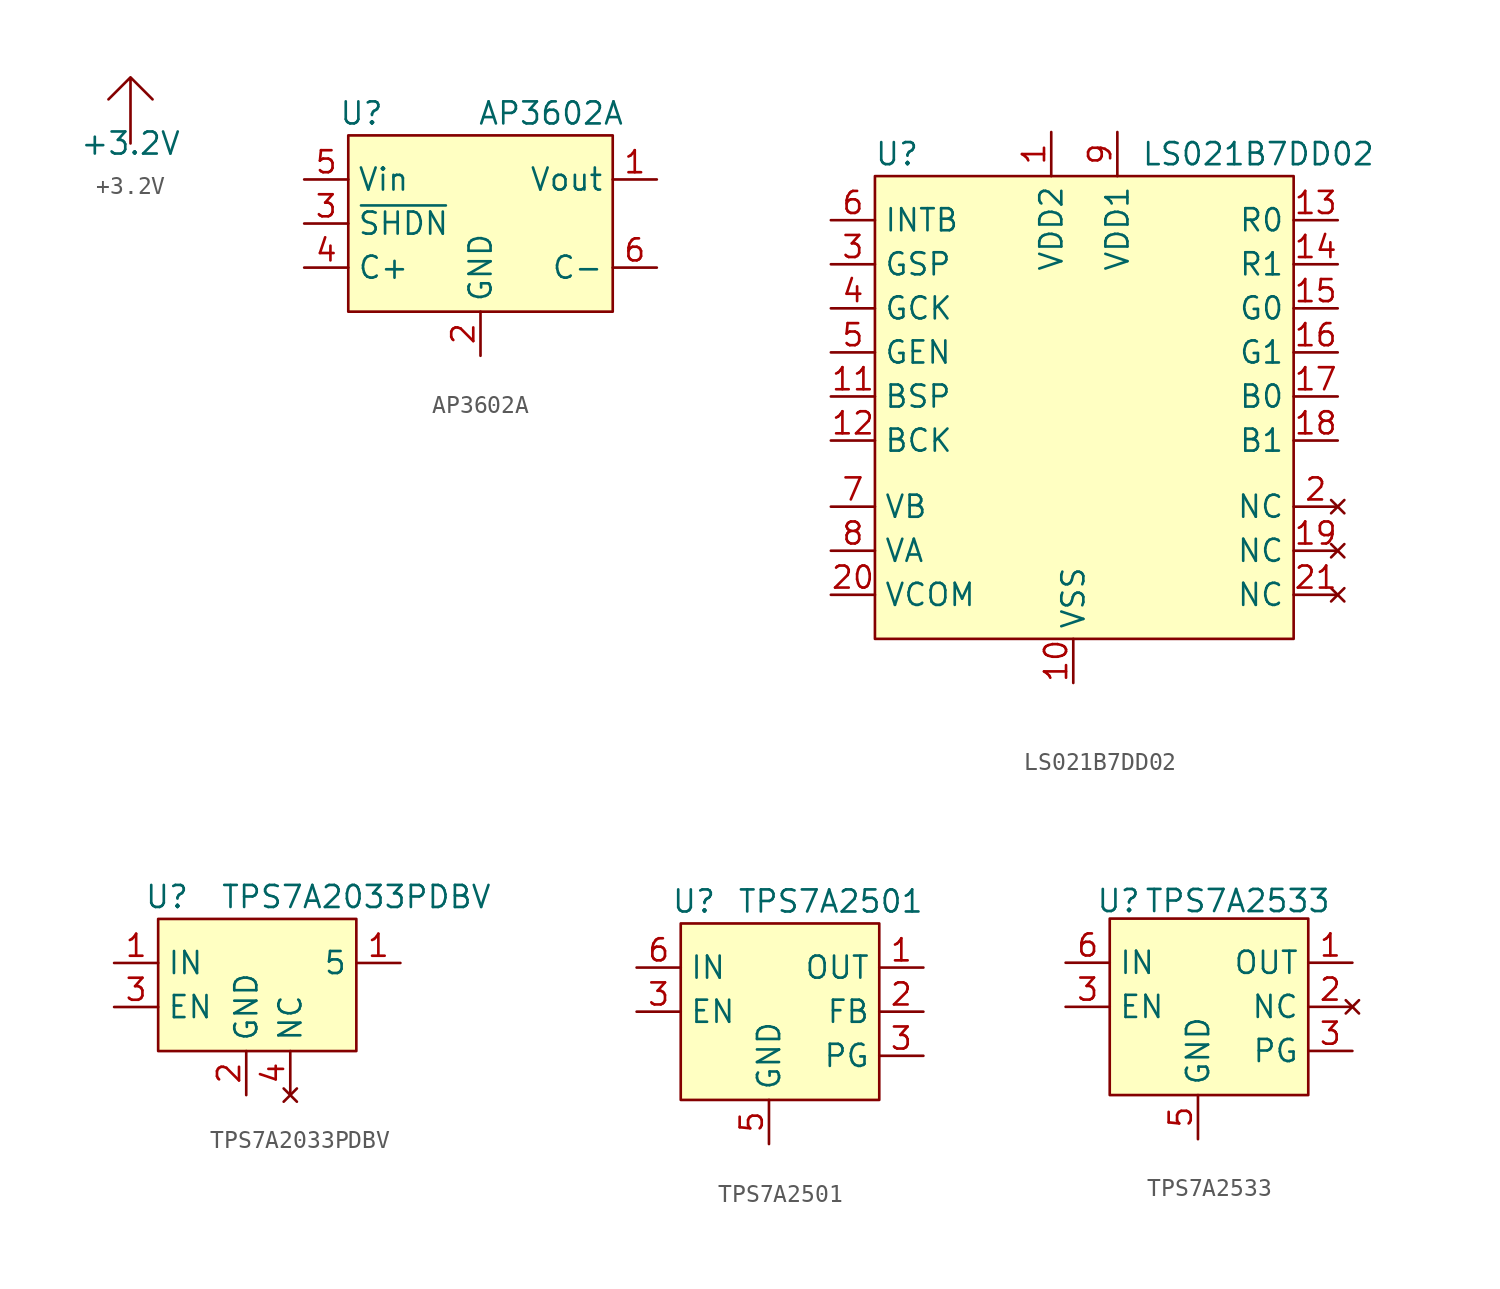
<source format=kicad_sym>
(kicad_symbol_lib
  (version 20231120)
  (generator "kicad_symbol_editor")
  (generator_version "8.0")
  (symbol "+3.2V"
    (power)
    (property "Reference" "#PWR"
      (at 0 0 0)
      (effects (font (size 1.27 1.27)) (hide yes)))
    (property "Value" "+3.2V"
      (at 0 0 0)
      (effects (font (size 1.27 1.27))))
    (symbol "+3.2V_0_1"
      (polyline (pts (xy 0 0) (xy 0 3.81) (xy -1.27 2.54) (xy 0 3.81) (xy 1.27 2.54)) (stroke (width 0) (type default)) (fill (type none))))
    (symbol "+3.2V_1_1"
      (pin power_in line (at 0 0 90) (length 0) hide (name "+3.2V" (effects (font (size 1.27 1.27)))) (number "1" (effects (font (size 1.27 1.27)))))))
  (symbol "AP3602A"
    (property "Reference" "U"
      (at -6.858 6.35 0)
      (effects (font (size 1.27 1.27))))
    (property "Value" "AP3602A"
      (at 4.064 6.35 0)
      (effects (font (size 1.27 1.27))))
    (symbol "AP3602A_1_1"
      (rectangle (start -7.62 5.08) (end 7.62 -5.08) (stroke (width 0) (type default)) (fill (type background)))
      (pin power_out line (at 10.16 2.54 180) (length 2.54) (name "Vout" (effects (font (size 1.27 1.27)))) (number "1" (effects (font (size 1.27 1.27)))))
      (pin power_out line (at 0 -7.62 90) (length 2.54) (name "GND" (effects (font (size 1.27 1.27)))) (number "2" (effects (font (size 1.27 1.27)))))
      (pin input line (at -10.16 0 0) (length 2.54) (name "~{SHDN}" (effects (font (size 1.27 1.27)))) (number "3" (effects (font (size 1.27 1.27)))))
      (pin output line (at -10.16 -2.54 0) (length 2.54) (name "C+" (effects (font (size 1.27 1.27)))) (number "4" (effects (font (size 1.27 1.27)))))
      (pin power_in line (at -10.16 2.54 0) (length 2.54) (name "Vin" (effects (font (size 1.27 1.27)))) (number "5" (effects (font (size 1.27 1.27)))))
      (pin power_in line (at 10.16 -2.54 180) (length 2.54) (name "C-" (effects (font (size 1.27 1.27)))) (number "6" (effects (font (size 1.27 1.27)))))))
  (symbol "LS021B7DD02"
    (property "Reference" "U"
      (at -11.43 13.97 0)
      (effects (font (size 1.27 1.27))))
    (property "Value" "LS021B7DD02"
      (at 9.398 13.97 0)
      (effects (font (size 1.27 1.27))))
    (symbol "LS021B7DD02_1_1"
      (rectangle (start -12.7 12.7) (end 11.43 -13.97) (stroke (width 0) (type default)) (fill (type background)))
      (pin power_in line (at -2.54 15.24 270) (length 2.54) (name "VDD2" (effects (font (size 1.27 1.27)))) (number "1" (effects (font (size 1.27 1.27)))))
      (pin power_out line (at -1.27 -16.51 90) (length 2.54) (name "VSS" (effects (font (size 1.27 1.27)))) (number "10" (effects (font (size 1.27 1.27)))))
      (pin input line (at -15.24 0 0) (length 2.54) (name "BSP" (effects (font (size 1.27 1.27)))) (number "11" (effects (font (size 1.27 1.27)))))
      (pin input line (at -15.24 -2.54 0) (length 2.54) (name "BCK" (effects (font (size 1.27 1.27)))) (number "12" (effects (font (size 1.27 1.27)))))
      (pin input line (at 13.97 10.16 180) (length 2.54) (name "R0" (effects (font (size 1.27 1.27)))) (number "13" (effects (font (size 1.27 1.27)))))
      (pin input line (at 13.97 7.62 180) (length 2.54) (name "R1" (effects (font (size 1.27 1.27)))) (number "14" (effects (font (size 1.27 1.27)))))
      (pin input line (at 13.97 5.08 180) (length 2.54) (name "G0" (effects (font (size 1.27 1.27)))) (number "15" (effects (font (size 1.27 1.27)))))
      (pin input line (at 13.97 2.54 180) (length 2.54) (name "G1" (effects (font (size 1.27 1.27)))) (number "16" (effects (font (size 1.27 1.27)))))
      (pin input line (at 13.97 0 180) (length 2.54) (name "B0" (effects (font (size 1.27 1.27)))) (number "17" (effects (font (size 1.27 1.27)))))
      (pin input line (at 13.97 -2.54 180) (length 2.54) (name "B1" (effects (font (size 1.27 1.27)))) (number "18" (effects (font (size 1.27 1.27)))))
      (pin no_connect line (at 13.97 -8.89 180) (length 2.54) (name "NC" (effects (font (size 1.27 1.27)))) (number "19" (effects (font (size 1.27 1.27)))))
      (pin no_connect line (at 13.97 -6.35 180) (length 2.54) (name "NC" (effects (font (size 1.27 1.27)))) (number "2" (effects (font (size 1.27 1.27)))))
      (pin input line (at -15.24 -11.43 0) (length 2.54) (name "VCOM" (effects (font (size 1.27 1.27)))) (number "20" (effects (font (size 1.27 1.27)))))
      (pin no_connect line (at 13.97 -11.43 180) (length 2.54) (name "NC" (effects (font (size 1.27 1.27)))) (number "21" (effects (font (size 1.27 1.27)))))
      (pin input line (at -15.24 7.62 0) (length 2.54) (name "GSP" (effects (font (size 1.27 1.27)))) (number "3" (effects (font (size 1.27 1.27)))))
      (pin input line (at -15.24 5.08 0) (length 2.54) (name "GCK" (effects (font (size 1.27 1.27)))) (number "4" (effects (font (size 1.27 1.27)))))
      (pin input line (at -15.24 2.54 0) (length 2.54) (name "GEN" (effects (font (size 1.27 1.27)))) (number "5" (effects (font (size 1.27 1.27)))))
      (pin input line (at -15.24 10.16 0) (length 2.54) (name "INTB" (effects (font (size 1.27 1.27)))) (number "6" (effects (font (size 1.27 1.27)))))
      (pin input line (at -15.24 -6.35 0) (length 2.54) (name "VB" (effects (font (size 1.27 1.27)))) (number "7" (effects (font (size 1.27 1.27)))))
      (pin input line (at -15.24 -8.89 0) (length 2.54) (name "VA" (effects (font (size 1.27 1.27)))) (number "8" (effects (font (size 1.27 1.27)))))
      (pin power_in line (at 1.27 15.24 270) (length 2.54) (name "VDD1" (effects (font (size 1.27 1.27)))) (number "9" (effects (font (size 1.27 1.27)))))))
  (symbol "TPS7A2033PDBV"
    (property "Reference" "U"
      (at -5.842 5.08 0)
      (effects (font (size 1.27 1.27))))
    (property "Value" "TPS7A2033PDBV"
      (at 5.08 5.08 0)
      (effects (font (size 1.27 1.27))))
    (symbol "TPS7A2033PDBV_1_1"
      (rectangle (start -6.35 3.81) (end 5.08 -3.81) (stroke (width 0) (type default)) (fill (type background)))
      (pin power_out line (at 7.62 1.27 180) (length 2.54) (name "5" (effects (font (size 1.27 1.27)))) (number "1" (effects (font (size 1.27 1.27)))))
      (pin power_in line (at -8.89 1.27 0) (length 2.54) (name "IN" (effects (font (size 1.27 1.27)))) (number "1" (effects (font (size 1.27 1.27)))))
      (pin power_out line (at -1.27 -6.35 90) (length 2.54) (name "GND" (effects (font (size 1.27 1.27)))) (number "2" (effects (font (size 1.27 1.27)))))
      (pin input line (at -8.89 -1.27 0) (length 2.54) (name "EN" (effects (font (size 1.27 1.27)))) (number "3" (effects (font (size 1.27 1.27)))))
      (pin no_connect line (at 1.27 -6.35 90) (length 2.54) (name "NC" (effects (font (size 1.27 1.27)))) (number "4" (effects (font (size 1.27 1.27)))))))
  (symbol "TPS7A2501"
    (property "Reference" "U"
      (at -4.318 5.08 0)
      (effects (font (size 1.27 1.27))))
    (property "Value" "TPS7A2501"
      (at 3.556 5.08 0)
      (effects (font (size 1.27 1.27))))
    (symbol "TPS7A2501_1_1"
      (rectangle (start -5.08 3.81) (end 6.35 -6.35) (stroke (width 0) (type default)) (fill (type background)))
      (pin power_out line (at 8.89 1.27 180) (length 2.54) (name "OUT" (effects (font (size 1.27 1.27)))) (number "1" (effects (font (size 1.27 1.27)))))
      (pin input line (at 8.89 -1.27 180) (length 2.54) (name "FB" (effects (font (size 1.27 1.27)))) (number "2" (effects (font (size 1.27 1.27)))))
      (pin input line (at -7.62 -1.27 0) (length 2.54) (name "EN" (effects (font (size 1.27 1.27)))) (number "3" (effects (font (size 1.27 1.27)))))
      (pin output line (at 8.89 -3.81 180) (length 2.54) (name "PG" (effects (font (size 1.27 1.27)))) (number "3" (effects (font (size 1.27 1.27)))))
      (pin power_out line (at 0 -8.89 90) (length 2.54) (name "GND" (effects (font (size 1.27 1.27)))) (number "5" (effects (font (size 1.27 1.27)))))
      (pin power_in line (at -7.62 1.27 0) (length 2.54) (name "IN" (effects (font (size 1.27 1.27)))) (number "6" (effects (font (size 1.27 1.27)))))))
  (symbol "TPS7A2533"
    (property "Reference" "U"
      (at -4.572 4.826 0)
      (effects (font (size 1.27 1.27))))
    (property "Value" "TPS7A2533"
      (at 2.286 4.826 0)
      (effects (font (size 1.27 1.27))))
    (symbol "TPS7A2533_1_1"
      (rectangle (start -5.08 3.81) (end 6.35 -6.35) (stroke (width 0) (type default)) (fill (type background)))
      (pin power_out line (at 8.89 1.27 180) (length 2.54) (name "OUT" (effects (font (size 1.27 1.27)))) (number "1" (effects (font (size 1.27 1.27)))))
      (pin no_connect line (at 8.89 -1.27 180) (length 2.54) (name "NC" (effects (font (size 1.27 1.27)))) (number "2" (effects (font (size 1.27 1.27)))))
      (pin input line (at -7.62 -1.27 0) (length 2.54) (name "EN" (effects (font (size 1.27 1.27)))) (number "3" (effects (font (size 1.27 1.27)))))
      (pin output line (at 8.89 -3.81 180) (length 2.54) (name "PG" (effects (font (size 1.27 1.27)))) (number "3" (effects (font (size 1.27 1.27)))))
      (pin power_out line (at 0 -8.89 90) (length 2.54) (name "GND" (effects (font (size 1.27 1.27)))) (number "5" (effects (font (size 1.27 1.27)))))
      (pin power_in line (at -7.62 1.27 0) (length 2.54) (name "IN" (effects (font (size 1.27 1.27)))) (number "6" (effects (font (size 1.27 1.27))))))))
</source>
